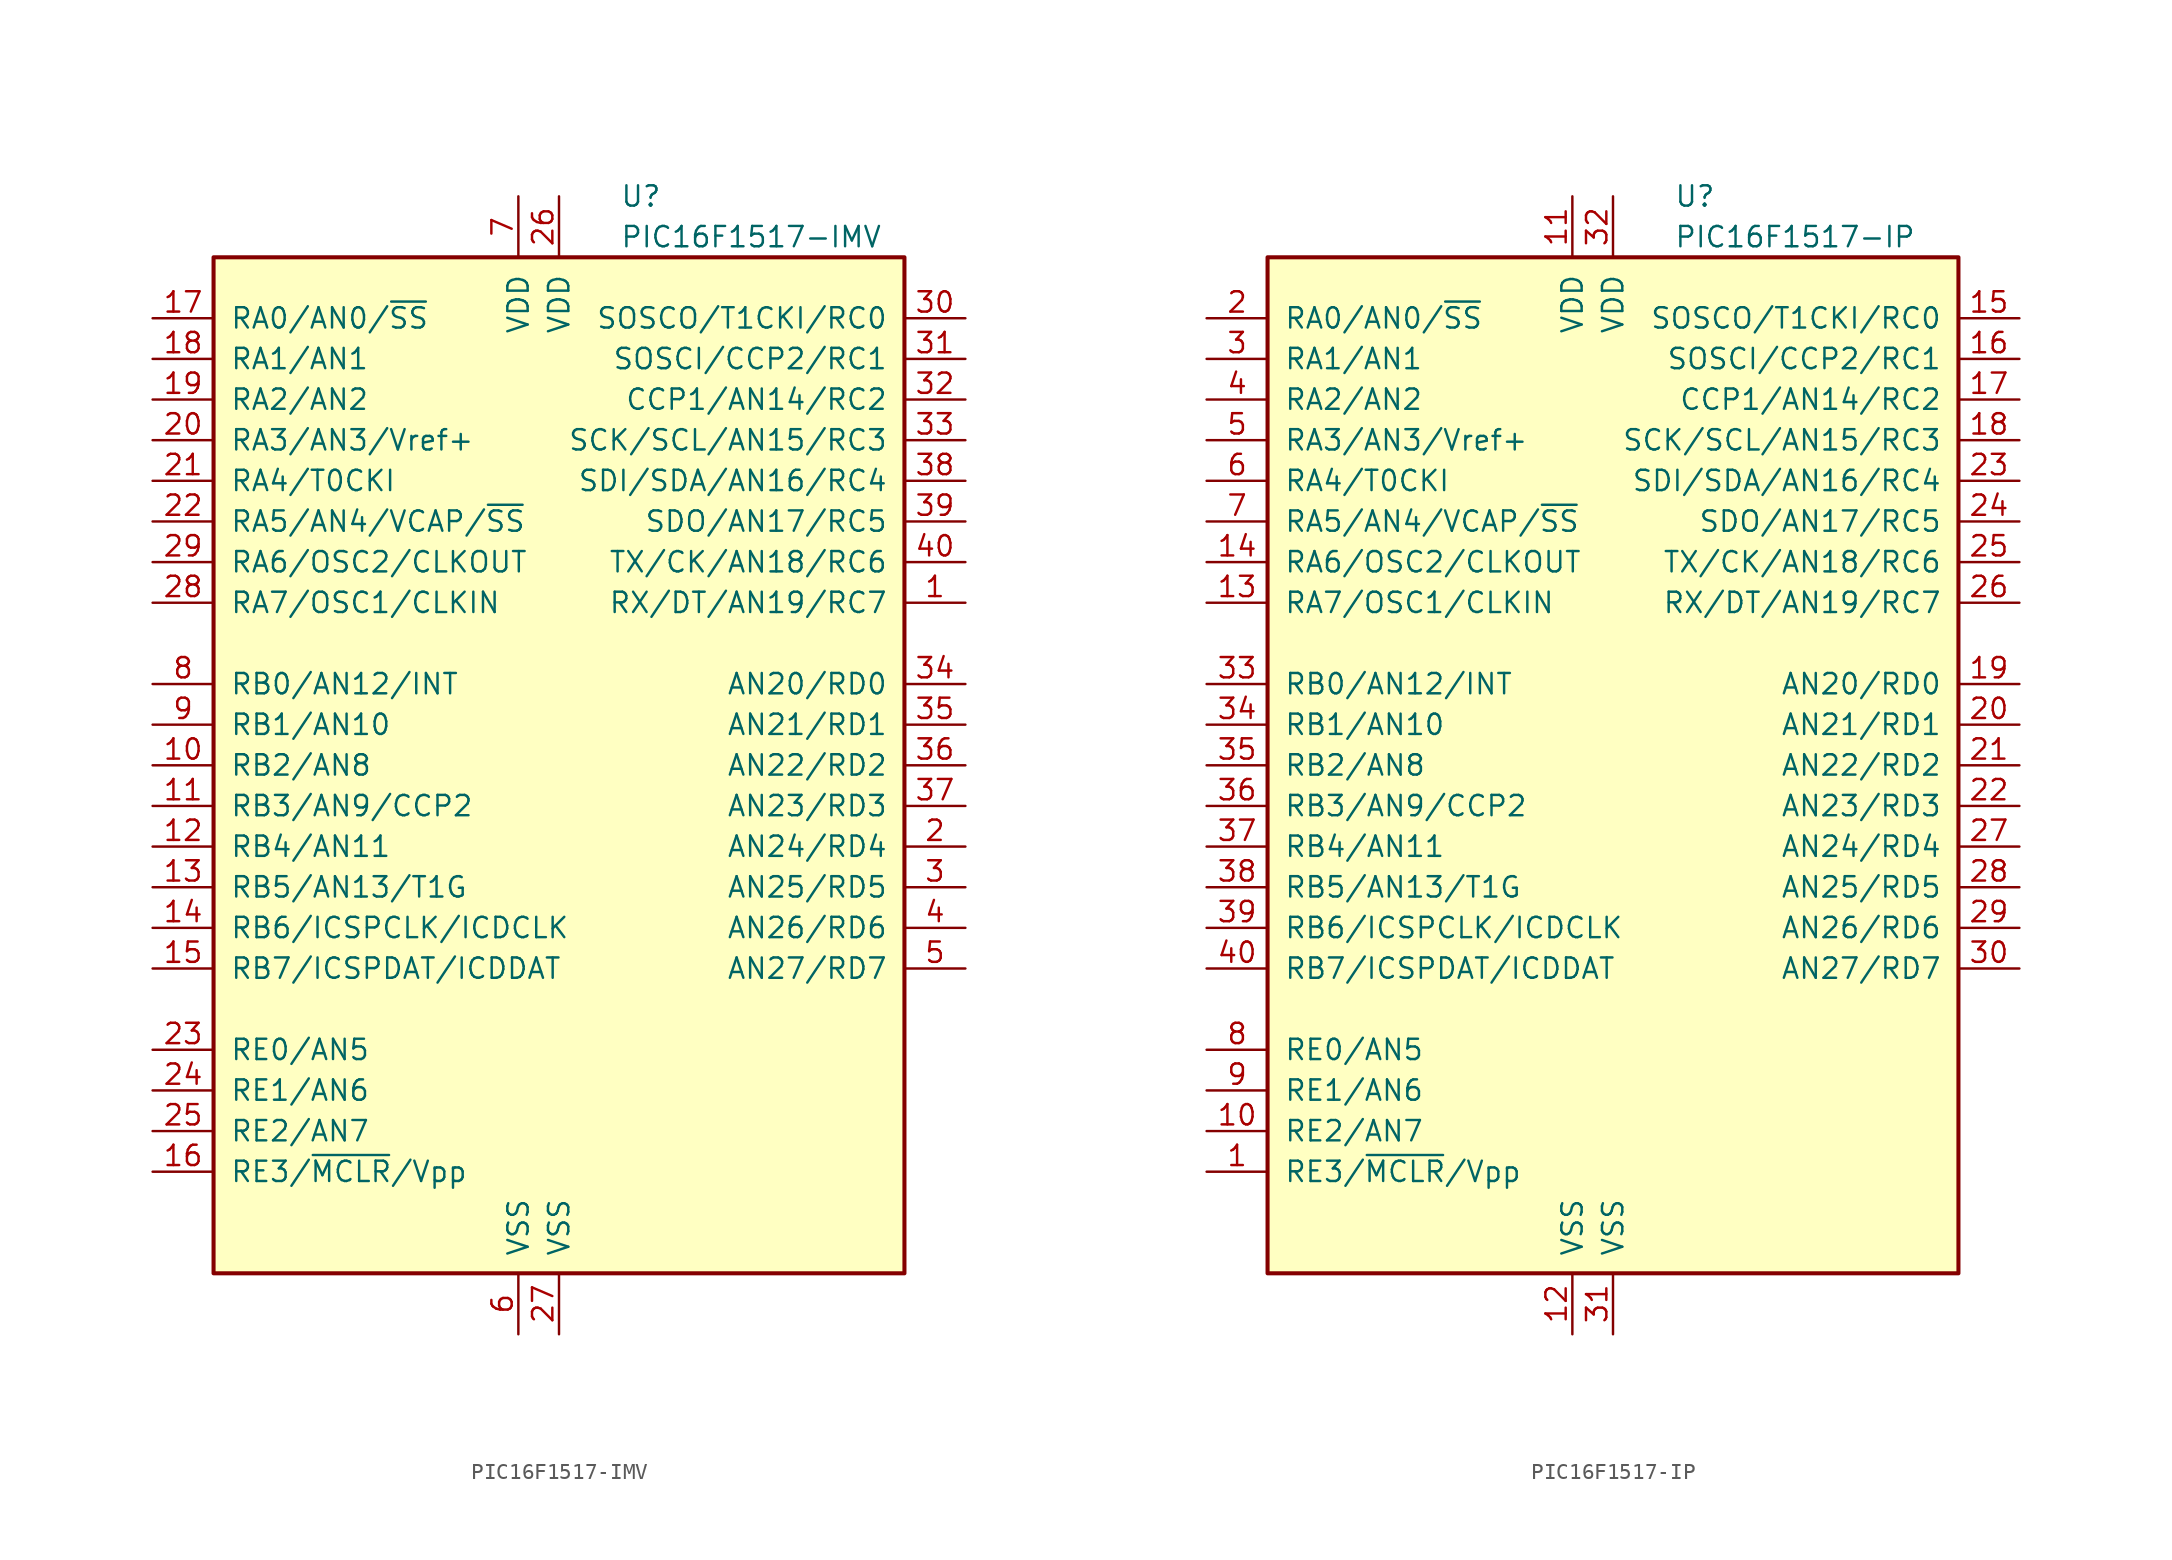
<source format=kicad_sym>
(kicad_symbol_lib
  (version 20201005)
  (generator kicad_symbol_editor)
  (symbol "PIC16F1517-IMV"
    (pin_names
      (offset 1.016))
    (property "Reference" "U"
      (at 3.81 35.56 0)
      (effects (font (size 1.27 1.27)) (justify left)))
    (property "Value" "PIC16F1517-IMV"
      (at 3.81 33.02 0)
      (effects (font (size 1.27 1.27)) (justify left)))
    (symbol "PIC16F1517-IMV_0_1"
      (rectangle (start -21.59 31.75) (end 21.59 -31.75) (stroke (width 0.254)) (fill (type background))))
    (symbol "PIC16F1517-IMV_1_1"
      (pin bidirectional line (at 25.4 10.16 180) (length 3.81) (name "RX/DT/AN19/RC7" (effects (font (size 1.27 1.27)))) (number "1" (effects (font (size 1.27 1.27)))))
      (pin bidirectional line (at -25.4 0 0) (length 3.81) (name "RB2/AN8" (effects (font (size 1.27 1.27)))) (number "10" (effects (font (size 1.27 1.27)))))
      (pin bidirectional line (at -25.4 -2.54 0) (length 3.81) (name "RB3/AN9/CCP2" (effects (font (size 1.27 1.27)))) (number "11" (effects (font (size 1.27 1.27)))))
      (pin bidirectional line (at -25.4 -5.08 0) (length 3.81) (name "RB4/AN11" (effects (font (size 1.27 1.27)))) (number "12" (effects (font (size 1.27 1.27)))))
      (pin bidirectional line (at -25.4 -7.62 0) (length 3.81) (name "RB5/AN13/T1G" (effects (font (size 1.27 1.27)))) (number "13" (effects (font (size 1.27 1.27)))))
      (pin bidirectional line (at -25.4 -10.16 0) (length 3.81) (name "RB6/ICSPCLK/ICDCLK" (effects (font (size 1.27 1.27)))) (number "14" (effects (font (size 1.27 1.27)))))
      (pin bidirectional line (at -25.4 -12.7 0) (length 3.81) (name "RB7/ICSPDAT/ICDDAT" (effects (font (size 1.27 1.27)))) (number "15" (effects (font (size 1.27 1.27)))))
      (pin input line (at -25.4 -25.4 0) (length 3.81) (name "RE3/~MCLR~/Vpp" (effects (font (size 1.27 1.27)))) (number "16" (effects (font (size 1.27 1.27)))))
      (pin bidirectional line (at -25.4 27.94 0) (length 3.81) (name "RA0/AN0/~SS" (effects (font (size 1.27 1.27)))) (number "17" (effects (font (size 1.27 1.27)))))
      (pin bidirectional line (at -25.4 25.4 0) (length 3.81) (name "RA1/AN1" (effects (font (size 1.27 1.27)))) (number "18" (effects (font (size 1.27 1.27)))))
      (pin bidirectional line (at -25.4 22.86 0) (length 3.81) (name "RA2/AN2" (effects (font (size 1.27 1.27)))) (number "19" (effects (font (size 1.27 1.27)))))
      (pin bidirectional line (at 25.4 -5.08 180) (length 3.81) (name "AN24/RD4" (effects (font (size 1.27 1.27)))) (number "2" (effects (font (size 1.27 1.27)))))
      (pin bidirectional line (at -25.4 20.32 0) (length 3.81) (name "RA3/AN3/Vref+" (effects (font (size 1.27 1.27)))) (number "20" (effects (font (size 1.27 1.27)))))
      (pin bidirectional line (at -25.4 17.78 0) (length 3.81) (name "RA4/T0CKI" (effects (font (size 1.27 1.27)))) (number "21" (effects (font (size 1.27 1.27)))))
      (pin bidirectional line (at -25.4 15.24 0) (length 3.81) (name "RA5/AN4/VCAP/~SS" (effects (font (size 1.27 1.27)))) (number "22" (effects (font (size 1.27 1.27)))))
      (pin bidirectional line (at -25.4 -17.78 0) (length 3.81) (name "RE0/AN5" (effects (font (size 1.27 1.27)))) (number "23" (effects (font (size 1.27 1.27)))))
      (pin bidirectional line (at -25.4 -20.32 0) (length 3.81) (name "RE1/AN6" (effects (font (size 1.27 1.27)))) (number "24" (effects (font (size 1.27 1.27)))))
      (pin bidirectional line (at -25.4 -22.86 0) (length 3.81) (name "RE2/AN7" (effects (font (size 1.27 1.27)))) (number "25" (effects (font (size 1.27 1.27)))))
      (pin power_in line (at 0 35.56 270) (length 3.81) (name "VDD" (effects (font (size 1.27 1.27)))) (number "26" (effects (font (size 1.27 1.27)))))
      (pin power_in line (at 0 -35.56 90) (length 3.81) (name "VSS" (effects (font (size 1.27 1.27)))) (number "27" (effects (font (size 1.27 1.27)))))
      (pin bidirectional line (at -25.4 10.16 0) (length 3.81) (name "RA7/OSC1/CLKIN" (effects (font (size 1.27 1.27)))) (number "28" (effects (font (size 1.27 1.27)))))
      (pin bidirectional line (at -25.4 12.7 0) (length 3.81) (name "RA6/OSC2/CLKOUT" (effects (font (size 1.27 1.27)))) (number "29" (effects (font (size 1.27 1.27)))))
      (pin bidirectional line (at 25.4 -7.62 180) (length 3.81) (name "AN25/RD5" (effects (font (size 1.27 1.27)))) (number "3" (effects (font (size 1.27 1.27)))))
      (pin bidirectional line (at 25.4 27.94 180) (length 3.81) (name "SOSCO/T1CKI/RC0" (effects (font (size 1.27 1.27)))) (number "30" (effects (font (size 1.27 1.27)))))
      (pin bidirectional line (at 25.4 25.4 180) (length 3.81) (name "SOSCI/CCP2/RC1" (effects (font (size 1.27 1.27)))) (number "31" (effects (font (size 1.27 1.27)))))
      (pin bidirectional line (at 25.4 22.86 180) (length 3.81) (name "CCP1/AN14/RC2" (effects (font (size 1.27 1.27)))) (number "32" (effects (font (size 1.27 1.27)))))
      (pin bidirectional line (at 25.4 20.32 180) (length 3.81) (name "SCK/SCL/AN15/RC3" (effects (font (size 1.27 1.27)))) (number "33" (effects (font (size 1.27 1.27)))))
      (pin bidirectional line (at 25.4 5.08 180) (length 3.81) (name "AN20/RD0" (effects (font (size 1.27 1.27)))) (number "34" (effects (font (size 1.27 1.27)))))
      (pin bidirectional line (at 25.4 2.54 180) (length 3.81) (name "AN21/RD1" (effects (font (size 1.27 1.27)))) (number "35" (effects (font (size 1.27 1.27)))))
      (pin bidirectional line (at 25.4 0 180) (length 3.81) (name "AN22/RD2" (effects (font (size 1.27 1.27)))) (number "36" (effects (font (size 1.27 1.27)))))
      (pin bidirectional line (at 25.4 -2.54 180) (length 3.81) (name "AN23/RD3" (effects (font (size 1.27 1.27)))) (number "37" (effects (font (size 1.27 1.27)))))
      (pin bidirectional line (at 25.4 17.78 180) (length 3.81) (name "SDI/SDA/AN16/RC4" (effects (font (size 1.27 1.27)))) (number "38" (effects (font (size 1.27 1.27)))))
      (pin bidirectional line (at 25.4 15.24 180) (length 3.81) (name "SDO/AN17/RC5" (effects (font (size 1.27 1.27)))) (number "39" (effects (font (size 1.27 1.27)))))
      (pin bidirectional line (at 25.4 -10.16 180) (length 3.81) (name "AN26/RD6" (effects (font (size 1.27 1.27)))) (number "4" (effects (font (size 1.27 1.27)))))
      (pin bidirectional line (at 25.4 12.7 180) (length 3.81) (name "TX/CK/AN18/RC6" (effects (font (size 1.27 1.27)))) (number "40" (effects (font (size 1.27 1.27)))))
      (pin bidirectional line (at 25.4 -12.7 180) (length 3.81) (name "AN27/RD7" (effects (font (size 1.27 1.27)))) (number "5" (effects (font (size 1.27 1.27)))))
      (pin power_in line (at -2.54 -35.56 90) (length 3.81) (name "VSS" (effects (font (size 1.27 1.27)))) (number "6" (effects (font (size 1.27 1.27)))))
      (pin power_in line (at -2.54 35.56 270) (length 3.81) (name "VDD" (effects (font (size 1.27 1.27)))) (number "7" (effects (font (size 1.27 1.27)))))
      (pin bidirectional line (at -25.4 5.08 0) (length 3.81) (name "RB0/AN12/INT" (effects (font (size 1.27 1.27)))) (number "8" (effects (font (size 1.27 1.27)))))
      (pin bidirectional line (at -25.4 2.54 0) (length 3.81) (name "RB1/AN10" (effects (font (size 1.27 1.27)))) (number "9" (effects (font (size 1.27 1.27)))))))
  (symbol "PIC16F1517-IP"
    (pin_names
      (offset 1.016))
    (property "Reference" "U"
      (at 3.81 35.56 0)
      (effects (font (size 1.27 1.27)) (justify left)))
    (property "Value" "PIC16F1517-IP"
      (at 3.81 33.02 0)
      (effects (font (size 1.27 1.27)) (justify left)))
    (symbol "PIC16F1517-IP_0_1"
      (rectangle (start -21.59 31.75) (end 21.59 -31.75) (stroke (width 0.254)) (fill (type background))))
    (symbol "PIC16F1517-IP_1_1"
      (pin input line (at -25.4 -25.4 0) (length 3.81) (name "RE3/~MCLR~/Vpp" (effects (font (size 1.27 1.27)))) (number "1" (effects (font (size 1.27 1.27)))))
      (pin bidirectional line (at -25.4 -22.86 0) (length 3.81) (name "RE2/AN7" (effects (font (size 1.27 1.27)))) (number "10" (effects (font (size 1.27 1.27)))))
      (pin power_in line (at -2.54 35.56 270) (length 3.81) (name "VDD" (effects (font (size 1.27 1.27)))) (number "11" (effects (font (size 1.27 1.27)))))
      (pin power_in line (at -2.54 -35.56 90) (length 3.81) (name "VSS" (effects (font (size 1.27 1.27)))) (number "12" (effects (font (size 1.27 1.27)))))
      (pin bidirectional line (at -25.4 10.16 0) (length 3.81) (name "RA7/OSC1/CLKIN" (effects (font (size 1.27 1.27)))) (number "13" (effects (font (size 1.27 1.27)))))
      (pin bidirectional line (at -25.4 12.7 0) (length 3.81) (name "RA6/OSC2/CLKOUT" (effects (font (size 1.27 1.27)))) (number "14" (effects (font (size 1.27 1.27)))))
      (pin bidirectional line (at 25.4 27.94 180) (length 3.81) (name "SOSCO/T1CKI/RC0" (effects (font (size 1.27 1.27)))) (number "15" (effects (font (size 1.27 1.27)))))
      (pin bidirectional line (at 25.4 25.4 180) (length 3.81) (name "SOSCI/CCP2/RC1" (effects (font (size 1.27 1.27)))) (number "16" (effects (font (size 1.27 1.27)))))
      (pin bidirectional line (at 25.4 22.86 180) (length 3.81) (name "CCP1/AN14/RC2" (effects (font (size 1.27 1.27)))) (number "17" (effects (font (size 1.27 1.27)))))
      (pin bidirectional line (at 25.4 20.32 180) (length 3.81) (name "SCK/SCL/AN15/RC3" (effects (font (size 1.27 1.27)))) (number "18" (effects (font (size 1.27 1.27)))))
      (pin bidirectional line (at 25.4 5.08 180) (length 3.81) (name "AN20/RD0" (effects (font (size 1.27 1.27)))) (number "19" (effects (font (size 1.27 1.27)))))
      (pin bidirectional line (at -25.4 27.94 0) (length 3.81) (name "RA0/AN0/~SS" (effects (font (size 1.27 1.27)))) (number "2" (effects (font (size 1.27 1.27)))))
      (pin bidirectional line (at 25.4 2.54 180) (length 3.81) (name "AN21/RD1" (effects (font (size 1.27 1.27)))) (number "20" (effects (font (size 1.27 1.27)))))
      (pin bidirectional line (at 25.4 0 180) (length 3.81) (name "AN22/RD2" (effects (font (size 1.27 1.27)))) (number "21" (effects (font (size 1.27 1.27)))))
      (pin bidirectional line (at 25.4 -2.54 180) (length 3.81) (name "AN23/RD3" (effects (font (size 1.27 1.27)))) (number "22" (effects (font (size 1.27 1.27)))))
      (pin bidirectional line (at 25.4 17.78 180) (length 3.81) (name "SDI/SDA/AN16/RC4" (effects (font (size 1.27 1.27)))) (number "23" (effects (font (size 1.27 1.27)))))
      (pin bidirectional line (at 25.4 15.24 180) (length 3.81) (name "SDO/AN17/RC5" (effects (font (size 1.27 1.27)))) (number "24" (effects (font (size 1.27 1.27)))))
      (pin bidirectional line (at 25.4 12.7 180) (length 3.81) (name "TX/CK/AN18/RC6" (effects (font (size 1.27 1.27)))) (number "25" (effects (font (size 1.27 1.27)))))
      (pin bidirectional line (at 25.4 10.16 180) (length 3.81) (name "RX/DT/AN19/RC7" (effects (font (size 1.27 1.27)))) (number "26" (effects (font (size 1.27 1.27)))))
      (pin bidirectional line (at 25.4 -5.08 180) (length 3.81) (name "AN24/RD4" (effects (font (size 1.27 1.27)))) (number "27" (effects (font (size 1.27 1.27)))))
      (pin bidirectional line (at 25.4 -7.62 180) (length 3.81) (name "AN25/RD5" (effects (font (size 1.27 1.27)))) (number "28" (effects (font (size 1.27 1.27)))))
      (pin bidirectional line (at 25.4 -10.16 180) (length 3.81) (name "AN26/RD6" (effects (font (size 1.27 1.27)))) (number "29" (effects (font (size 1.27 1.27)))))
      (pin bidirectional line (at -25.4 25.4 0) (length 3.81) (name "RA1/AN1" (effects (font (size 1.27 1.27)))) (number "3" (effects (font (size 1.27 1.27)))))
      (pin bidirectional line (at 25.4 -12.7 180) (length 3.81) (name "AN27/RD7" (effects (font (size 1.27 1.27)))) (number "30" (effects (font (size 1.27 1.27)))))
      (pin power_in line (at 0 -35.56 90) (length 3.81) (name "VSS" (effects (font (size 1.27 1.27)))) (number "31" (effects (font (size 1.27 1.27)))))
      (pin power_in line (at 0 35.56 270) (length 3.81) (name "VDD" (effects (font (size 1.27 1.27)))) (number "32" (effects (font (size 1.27 1.27)))))
      (pin bidirectional line (at -25.4 5.08 0) (length 3.81) (name "RB0/AN12/INT" (effects (font (size 1.27 1.27)))) (number "33" (effects (font (size 1.27 1.27)))))
      (pin bidirectional line (at -25.4 2.54 0) (length 3.81) (name "RB1/AN10" (effects (font (size 1.27 1.27)))) (number "34" (effects (font (size 1.27 1.27)))))
      (pin bidirectional line (at -25.4 0 0) (length 3.81) (name "RB2/AN8" (effects (font (size 1.27 1.27)))) (number "35" (effects (font (size 1.27 1.27)))))
      (pin bidirectional line (at -25.4 -2.54 0) (length 3.81) (name "RB3/AN9/CCP2" (effects (font (size 1.27 1.27)))) (number "36" (effects (font (size 1.27 1.27)))))
      (pin bidirectional line (at -25.4 -5.08 0) (length 3.81) (name "RB4/AN11" (effects (font (size 1.27 1.27)))) (number "37" (effects (font (size 1.27 1.27)))))
      (pin bidirectional line (at -25.4 -7.62 0) (length 3.81) (name "RB5/AN13/T1G" (effects (font (size 1.27 1.27)))) (number "38" (effects (font (size 1.27 1.27)))))
      (pin bidirectional line (at -25.4 -10.16 0) (length 3.81) (name "RB6/ICSPCLK/ICDCLK" (effects (font (size 1.27 1.27)))) (number "39" (effects (font (size 1.27 1.27)))))
      (pin bidirectional line (at -25.4 22.86 0) (length 3.81) (name "RA2/AN2" (effects (font (size 1.27 1.27)))) (number "4" (effects (font (size 1.27 1.27)))))
      (pin bidirectional line (at -25.4 -12.7 0) (length 3.81) (name "RB7/ICSPDAT/ICDDAT" (effects (font (size 1.27 1.27)))) (number "40" (effects (font (size 1.27 1.27)))))
      (pin bidirectional line (at -25.4 20.32 0) (length 3.81) (name "RA3/AN3/Vref+" (effects (font (size 1.27 1.27)))) (number "5" (effects (font (size 1.27 1.27)))))
      (pin bidirectional line (at -25.4 17.78 0) (length 3.81) (name "RA4/T0CKI" (effects (font (size 1.27 1.27)))) (number "6" (effects (font (size 1.27 1.27)))))
      (pin bidirectional line (at -25.4 15.24 0) (length 3.81) (name "RA5/AN4/VCAP/~SS" (effects (font (size 1.27 1.27)))) (number "7" (effects (font (size 1.27 1.27)))))
      (pin bidirectional line (at -25.4 -17.78 0) (length 3.81) (name "RE0/AN5" (effects (font (size 1.27 1.27)))) (number "8" (effects (font (size 1.27 1.27)))))
      (pin bidirectional line (at -25.4 -20.32 0) (length 3.81) (name "RE1/AN6" (effects (font (size 1.27 1.27)))) (number "9" (effects (font (size 1.27 1.27))))))))
</source>
